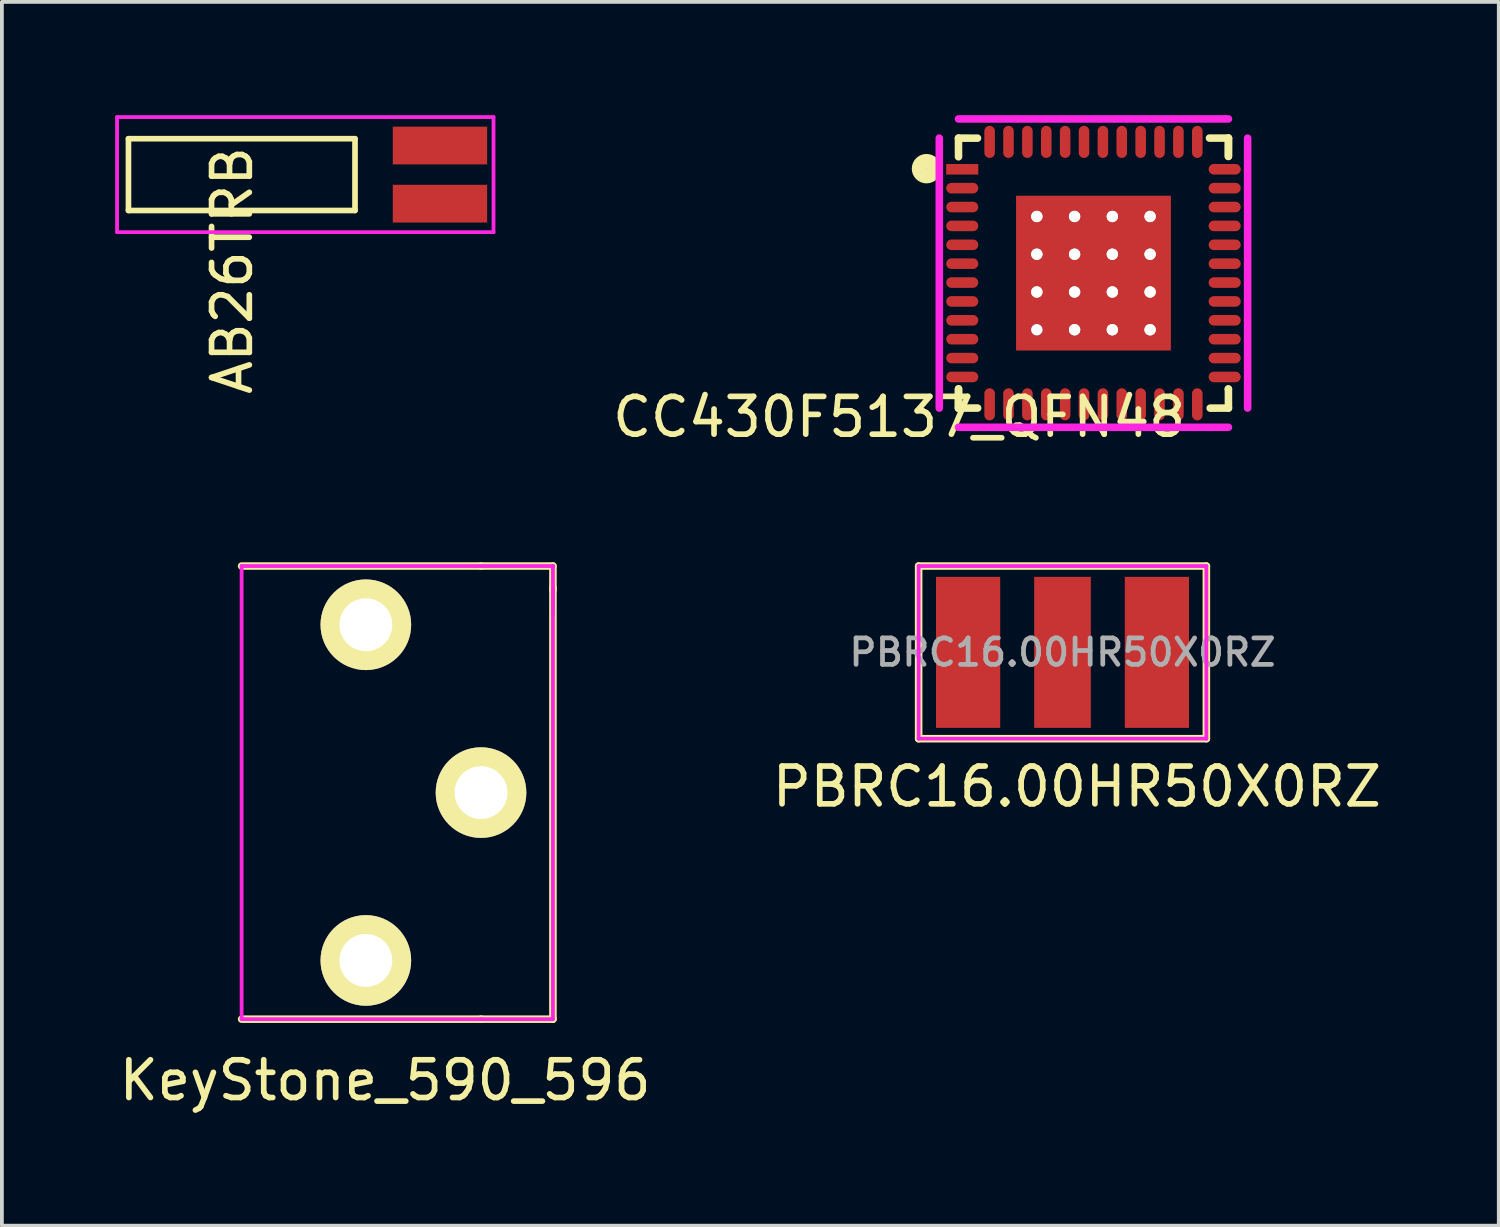
<source format=kicad_pcb>
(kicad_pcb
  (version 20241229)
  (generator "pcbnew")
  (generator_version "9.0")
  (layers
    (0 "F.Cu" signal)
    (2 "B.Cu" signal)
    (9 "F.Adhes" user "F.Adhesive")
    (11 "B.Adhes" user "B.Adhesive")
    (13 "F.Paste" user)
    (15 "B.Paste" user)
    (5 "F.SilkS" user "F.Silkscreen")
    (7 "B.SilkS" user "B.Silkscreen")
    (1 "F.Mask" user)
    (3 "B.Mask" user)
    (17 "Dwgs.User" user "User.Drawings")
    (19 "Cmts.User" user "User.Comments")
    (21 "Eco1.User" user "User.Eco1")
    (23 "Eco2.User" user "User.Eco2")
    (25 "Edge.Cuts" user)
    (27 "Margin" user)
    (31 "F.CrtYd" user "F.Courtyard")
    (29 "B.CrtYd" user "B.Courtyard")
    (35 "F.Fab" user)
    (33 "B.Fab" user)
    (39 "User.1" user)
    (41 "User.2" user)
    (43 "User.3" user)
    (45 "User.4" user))
  (footprint "KeyStone_590_596"
    (layer "F.Cu")
    (at 9.689 17.941)
    (property "Reference" "KeyStone_590_596" (at -2.54 7.62 0) (layer "F.SilkS") (effects (font (size 1 1) (thickness 0.15))))
    (attr through_hole)
    (fp_line (start -6.34 -6) (end 0 -6) (stroke (width 0.2) (type solid)) (layer "F.SilkS"))
    (fp_line (start -6.34 6) (end 0 6) (stroke (width 0.2) (type solid)) (layer "F.SilkS"))
    (fp_line (start 0 -6) (end 1.905 -6) (stroke (width 0.2) (type solid)) (layer "F.SilkS"))
    (fp_line (start 0 6) (end 1.905 6) (stroke (width 0.2) (type solid)) (layer "F.SilkS"))
    (fp_line (start 1.905 -6) (end 1.905 -5.365) (stroke (width 0.2) (type solid)) (layer "F.SilkS"))
    (fp_line (start 1.905 6) (end 1.905 -5.43) (stroke (width 0.2) (type solid)) (layer "F.SilkS"))
    (fp_line (start -6.34 -6) (end -6.34 6) (stroke (width 0.1) (type solid)) (layer "F.CrtYd"))
    (fp_line (start -6.34 -6) (end 1.915 -6) (stroke (width 0.1) (type solid)) (layer "F.CrtYd"))
    (fp_line (start -6.34 6) (end 0 6) (stroke (width 0.1) (type solid)) (layer "F.CrtYd"))
    (fp_line (start 0 6) (end 1.905 6) (stroke (width 0.1) (type solid)) (layer "F.CrtYd"))
    (fp_line (start 1.905 -6) (end 1.905 -4.73) (stroke (width 0.1) (type solid)) (layer "F.CrtYd"))
    (fp_line (start 1.905 6) (end 1.905 -5.43) (stroke (width 0.1) (type solid)) (layer "F.CrtYd"))
    (pad "1" thru_hole circle (at 0 0) (size 2.4 2.4) (drill 1.4) (layers "*.Cu" "*.Mask" "F.SilkS"))
    (pad "2" thru_hole circle (at -3.05 -4.445) (size 2.4 2.4) (drill 1.4) (layers "*.Cu" "*.Mask" "F.SilkS"))
    (pad "3" thru_hole circle (at -3.05 4.445) (size 2.4 2.4) (drill 1.4) (layers "*.Cu" "*.Mask" "F.SilkS")))
  (footprint "PBRC16.00HR50X0RZ"
    (layer "F.Cu")
    (at 25.089 14.227)
    (property "Reference" "PBRC16.00HR50X0RZ" (at 0.381 3.556 0) (layer "F.SilkS") (effects (font (size 1 1) (thickness 0.15))))
    (attr through_hole)
    (fp_line (start -3.81 -2.286) (end -3.429 -2.286) (stroke (width 0.1) (type solid)) (layer "F.SilkS"))
    (fp_line (start -3.81 -2.286) (end 3.81 -2.286) (stroke (width 0.2) (type solid)) (layer "F.SilkS"))
    (fp_line (start -3.81 2.286) (end -3.81 -2.286) (stroke (width 0.2) (type solid)) (layer "F.SilkS"))
    (fp_line (start 3.81 -2.286) (end 3.81 2.286) (stroke (width 0.2) (type solid)) (layer "F.SilkS"))
    (fp_line (start 3.81 2.286) (end -3.81 2.286) (stroke (width 0.2) (type solid)) (layer "F.SilkS"))
    (fp_line (start -3.81 -2.286) (end 3.81 -2.286) (stroke (width 0.1) (type solid)) (layer "F.CrtYd"))
    (fp_line (start -3.81 2.286) (end -3.81 -2.286) (stroke (width 0.1) (type solid)) (layer "F.CrtYd"))
    (fp_line (start 3.81 -2.286) (end 3.81 2.286) (stroke (width 0.1) (type solid)) (layer "F.CrtYd"))
    (fp_line (start 3.81 2.286) (end -3.81 2.286) (stroke (width 0.1) (type solid)) (layer "F.CrtYd"))
    (fp_text user "${REFERENCE}" (at 0 0 0) (layer "F.Fab") (effects (font (size 0.7 0.7) (thickness 0.125))))
    (pad "1" smd rect (at -2.5 0) (size 1.7 4) (layers "F.Cu" "F.Mask" "F.Paste"))
    (pad "2" smd rect (at 0 0) (size 1.5 4) (layers "F.Cu" "F.Mask" "F.Paste"))
    (pad "3" smd rect (at 2.5 0) (size 1.7 4) (layers "F.Cu" "F.Mask" "F.Paste")))
  (footprint "AB26TRB"
    (placed yes)
    (layer "F.Cu")
    (at 3.352 1.574)
    (property "Reference" "AB26TRB" (at -0.254 2.54 90) (layer "F.SilkS") (effects (font (size 1 1) (thickness 0.15))))
    (attr through_hole)
    (fp_line (start -3 -0.95) (end -3 0.95) (stroke (width 0.15) (type solid)) (layer "F.SilkS"))
    (fp_line (start -3 0.95) (end 3 0.95) (stroke (width 0.15) (type solid)) (layer "F.SilkS"))
    (fp_line (start 3 -0.95) (end -3 -0.95) (stroke (width 0.15) (type solid)) (layer "F.SilkS"))
    (fp_line (start 3 0.95) (end 3 -0.95) (stroke (width 0.15) (type solid)) (layer "F.SilkS"))
    (fp_line (start -3.302 -1.524) (end 6.668 -1.524) (stroke (width 0.1) (type solid)) (layer "F.CrtYd"))
    (fp_line (start -3.302 1.524) (end -3.302 -1.524) (stroke (width 0.1) (type solid)) (layer "F.CrtYd"))
    (fp_line (start 6.668 -1.524) (end 6.668 1.524) (stroke (width 0.1) (type solid)) (layer "F.CrtYd"))
    (fp_line (start 6.668 1.524) (end -3.302 1.524) (stroke (width 0.1) (type solid)) (layer "F.CrtYd"))
    (pad "1" smd rect (at 5.25 -0.77) (size 2.5 1) (layers "F.Cu" "F.Mask" "F.Paste"))
    (pad "2" smd rect (at 5.25 0.77) (size 2.5 1) (layers "F.Cu" "F.Mask" "F.Paste")))
  (footprint "CC430F5137_QFN48"
    (layer "F.Cu")
    (at 25.909 4.183)
    (property "Reference" "CC430F5137_QFN48" (at -5.144 3.81 0) (layer "F.SilkS") (effects (font (size 1 1) (thickness 0.15))))
    (attr through_hole)
    (fp_line (start -3.575 -3.575) (end -3.574 -3.081) (stroke (width 0.2) (type solid)) (layer "F.SilkS"))
    (fp_line (start -3.575 -3.575) (end -3.071 -3.574) (stroke (width 0.2) (type solid)) (layer "F.SilkS"))
    (fp_line (start -3.575 3.575) (end -3.574 3.066) (stroke (width 0.2) (type solid)) (layer "F.SilkS"))
    (fp_line (start -3.575 3.575) (end -3.068 3.574) (stroke (width 0.2) (type solid)) (layer "F.SilkS"))
    (fp_line (start -3.574 3.066) (end -3.575 3.575) (stroke (width 0.2) (type solid)) (layer "F.SilkS"))
    (fp_line (start 3.574 -3.091) (end 3.575 -3.575) (stroke (width 0.2) (type solid)) (layer "F.SilkS"))
    (fp_line (start 3.574 3.071) (end 3.571 3.068) (stroke (width 0.2) (type solid)) (layer "F.SilkS"))
    (fp_line (start 3.575 -3.575) (end 3.073 -3.576) (stroke (width 0.2) (type solid)) (layer "F.SilkS"))
    (fp_line (start 3.575 -3.575) (end 3.574 -3.091) (stroke (width 0.2) (type solid)) (layer "F.SilkS"))
    (fp_line (start 3.575 3.575) (end 3.091 3.576) (stroke (width 0.2) (type solid)) (layer "F.SilkS"))
    (fp_line (start 3.575 3.575) (end 3.574 3.071) (stroke (width 0.2) (type solid)) (layer "F.SilkS"))
    (fp_circle (center -4.422 -2.766) (end -4.148 -2.672) (stroke (width 0.2) (type solid)) (fill no) (layer "F.SilkS"))
    (fp_circle (center -4.422 -2.756) (end -4.305 -2.743) (stroke (width 0.2) (type solid)) (fill no) (layer "F.SilkS"))
    (fp_circle (center -4.42 -2.756) (end -4.415 -2.751) (stroke (width 0.2) (type solid)) (fill no) (layer "F.SilkS"))
    (fp_line (start -4.083 3.575) (end -4.083 -3.575) (stroke (width 0.2) (type solid)) (layer "F.CrtYd"))
    (fp_line (start -3.575 -4.083) (end 3.575 -4.083) (stroke (width 0.2) (type solid)) (layer "F.CrtYd"))
    (fp_line (start 3.575 4.083) (end -3.575 4.083) (stroke (width 0.2) (type solid)) (layer "F.CrtYd"))
    (fp_line (start 4.083 -3.575) (end 4.083 3.575) (stroke (width 0.2) (type solid)) (layer "F.CrtYd"))
    (pad "1" smd rect (at -3.475 -2.75) (size 0.85 0.28) (layers "F.Cu" "F.Mask" "F.Paste"))
    (pad "2" smd oval (at -3.475 -2.25) (size 0.85 0.28) (layers "F.Cu" "F.Mask" "F.Paste"))
    (pad "3" smd oval (at -3.475 -1.75) (size 0.85 0.28) (layers "F.Cu" "F.Mask" "F.Paste"))
    (pad "4" smd oval (at -3.475 -1.25) (size 0.85 0.28) (layers "F.Cu" "F.Mask" "F.Paste"))
    (pad "5" smd oval (at -3.475 -0.75) (size 0.85 0.28) (layers "F.Cu" "F.Mask" "F.Paste"))
    (pad "6" smd oval (at -3.475 -0.25) (size 0.85 0.28) (layers "F.Cu" "F.Mask" "F.Paste"))
    (pad "7" smd oval (at -3.475 0.25) (size 0.85 0.28) (layers "F.Cu" "F.Mask" "F.Paste"))
    (pad "8" smd oval (at -3.475 0.75) (size 0.85 0.28) (layers "F.Cu" "F.Mask" "F.Paste"))
    (pad "9" smd oval (at -3.475 1.25) (size 0.85 0.28) (layers "F.Cu" "F.Mask" "F.Paste"))
    (pad "10" smd oval (at -3.475 1.75) (size 0.85 0.28) (layers "F.Cu" "F.Mask" "F.Paste"))
    (pad "11" smd oval (at -3.475 2.25) (size 0.85 0.28) (layers "F.Cu" "F.Mask" "F.Paste"))
    (pad "12" smd oval (at -3.475 2.75) (size 0.85 0.28) (layers "F.Cu" "F.Mask" "F.Paste"))
    (pad "13" smd oval (at -2.75 3.475) (size 0.28 0.85) (layers "F.Cu" "F.Mask" "F.Paste"))
    (pad "14" smd oval (at -2.25 3.475) (size 0.28 0.85) (layers "F.Cu" "F.Mask" "F.Paste"))
    (pad "15" smd oval (at -1.75 3.475) (size 0.28 0.85) (layers "F.Cu" "F.Mask" "F.Paste"))
    (pad "16" smd oval (at -1.25 3.475) (size 0.28 0.85) (layers "F.Cu" "F.Mask" "F.Paste"))
    (pad "17" smd oval (at -0.75 3.475) (size 0.28 0.85) (layers "F.Cu" "F.Mask" "F.Paste"))
    (pad "18" smd oval (at -0.25 3.475) (size 0.28 0.85) (layers "F.Cu" "F.Mask" "F.Paste"))
    (pad "19" smd oval (at 0.25 3.475) (size 0.28 0.85) (layers "F.Cu" "F.Mask" "F.Paste"))
    (pad "20" smd oval (at 0.75 3.475) (size 0.28 0.85) (layers "F.Cu" "F.Mask" "F.Paste"))
    (pad "21" smd oval (at 1.25 3.475) (size 0.28 0.85) (layers "F.Cu" "F.Mask" "F.Paste"))
    (pad "22" smd oval (at 1.75 3.475) (size 0.28 0.85) (layers "F.Cu" "F.Mask" "F.Paste"))
    (pad "23" smd oval (at 2.25 3.475) (size 0.28 0.85) (layers "F.Cu" "F.Mask" "F.Paste"))
    (pad "24" smd oval (at 2.75 3.475) (size 0.28 0.85) (layers "F.Cu" "F.Mask" "F.Paste"))
    (pad "25" smd oval (at 3.475 2.75) (size 0.85 0.28) (layers "F.Cu" "F.Mask" "F.Paste"))
    (pad "26" smd oval (at 3.475 2.25) (size 0.85 0.28) (layers "F.Cu" "F.Mask" "F.Paste"))
    (pad "27" smd oval (at 3.475 1.75) (size 0.85 0.28) (layers "F.Cu" "F.Mask" "F.Paste"))
    (pad "28" smd oval (at 3.475 1.25) (size 0.85 0.28) (layers "F.Cu" "F.Mask" "F.Paste"))
    (pad "29" smd oval (at 3.475 0.75) (size 0.85 0.28) (layers "F.Cu" "F.Mask" "F.Paste"))
    (pad "30" smd oval (at 3.475 0.25) (size 0.85 0.28) (layers "F.Cu" "F.Mask" "F.Paste"))
    (pad "31" smd oval (at 3.475 -0.25) (size 0.85 0.28) (layers "F.Cu" "F.Mask" "F.Paste"))
    (pad "32" smd oval (at 3.475 -0.75) (size 0.85 0.28) (layers "F.Cu" "F.Mask" "F.Paste"))
    (pad "33" smd oval (at 3.475 -1.25) (size 0.85 0.28) (layers "F.Cu" "F.Mask" "F.Paste"))
    (pad "34" smd oval (at 3.475 -1.75) (size 0.85 0.28) (layers "F.Cu" "F.Mask" "F.Paste"))
    (pad "35" smd oval (at 3.475 -2.25) (size 0.85 0.28) (layers "F.Cu" "F.Mask" "F.Paste"))
    (pad "36" smd oval (at 3.475 -2.75) (size 0.85 0.28) (layers "F.Cu" "F.Mask" "F.Paste"))
    (pad "37" smd oval (at 2.75 -3.475) (size 0.28 0.85) (layers "F.Cu" "F.Mask" "F.Paste"))
    (pad "38" smd oval (at 2.25 -3.475) (size 0.28 0.85) (layers "F.Cu" "F.Mask" "F.Paste"))
    (pad "39" smd oval (at 1.75 -3.475) (size 0.28 0.85) (layers "F.Cu" "F.Mask" "F.Paste"))
    (pad "40" smd oval (at 1.25 -3.475) (size 0.28 0.85) (layers "F.Cu" "F.Mask" "F.Paste"))
    (pad "41" smd oval (at 0.75 -3.475) (size 0.28 0.85) (layers "F.Cu" "F.Mask" "F.Paste"))
    (pad "42" smd oval (at 0.25 -3.475) (size 0.28 0.85) (layers "F.Cu" "F.Mask" "F.Paste"))
    (pad "43" smd oval (at -0.25 -3.475) (size 0.28 0.85) (layers "F.Cu" "F.Mask" "F.Paste"))
    (pad "44" smd oval (at -0.75 -3.475) (size 0.28 0.85) (layers "F.Cu" "F.Mask" "F.Paste"))
    (pad "45" smd oval (at -1.25 -3.475) (size 0.28 0.85) (layers "F.Cu" "F.Mask" "F.Paste"))
    (pad "46" smd oval (at -1.75 -3.475) (size 0.28 0.85) (layers "F.Cu" "F.Mask" "F.Paste"))
    (pad "47" smd oval (at -2.25 -3.475) (size 0.28 0.85) (layers "F.Cu" "F.Mask" "F.Paste"))
    (pad "48" smd oval (at -2.75 -3.475) (size 0.28 0.85) (layers "F.Cu" "F.Mask" "F.Paste"))
    (pad "EPAD" thru_hole circle (at -1.5 -1.5) (size 0.3 0.3) (drill 0.3) (layers "*.Cu" "*.Mask" "F.SilkS"))
    (pad "EPAD" thru_hole circle (at -1.5 -0.5) (size 0.3 0.3) (drill 0.3) (layers "*.Cu" "*.Mask" "F.SilkS"))
    (pad "EPAD" thru_hole circle (at -1.5 0.5) (size 0.3 0.3) (drill 0.3) (layers "*.Cu" "*.Mask" "F.SilkS"))
    (pad "EPAD" thru_hole circle (at -1.5 1.5) (size 0.3 0.3) (drill 0.3) (layers "*.Cu"))
    (pad "EPAD" thru_hole circle (at -0.5 -1.5) (size 0.3 0.3) (drill 0.3) (layers "*.Cu" "*.Mask" "F.SilkS"))
    (pad "EPAD" thru_hole circle (at -0.5 -0.5) (size 0.3 0.3) (drill 0.3) (layers "*.Cu" "*.Mask" "F.SilkS"))
    (pad "EPAD" thru_hole circle (at -0.5 0.5) (size 0.3 0.3) (drill 0.3) (layers "*.Cu" "*.Mask" "F.SilkS"))
    (pad "EPAD" thru_hole circle (at -0.5 1.5) (size 0.3 0.3) (drill 0.3) (layers "*.Cu" "*.Mask" "F.SilkS"))
    (pad "EPAD" smd rect (at 0 0) (size 4.1 4.1) (layers "F.Cu" "F.Mask" "F.Paste"))
    (pad "EPAD" thru_hole circle (at 0.5 -1.5) (size 0.3 0.3) (drill 0.3) (layers "*.Cu" "*.Mask" "F.SilkS"))
    (pad "EPAD" thru_hole circle (at 0.5 -0.5) (size 0.3 0.3) (drill 0.3) (layers "*.Cu" "*.Mask" "F.SilkS"))
    (pad "EPAD" thru_hole circle (at 0.5 0.5) (size 0.3 0.3) (drill 0.3) (layers "*.Cu" "*.Mask" "F.SilkS"))
    (pad "EPAD" thru_hole circle (at 0.5 1.5) (size 0.3 0.3) (drill 0.3) (layers "*.Cu" "*.Mask" "F.SilkS"))
    (pad "EPAD" thru_hole circle (at 1.5 -1.5) (size 0.3 0.3) (drill 0.3) (layers "*.Cu" "*.Mask" "F.SilkS"))
    (pad "EPAD" thru_hole circle (at 1.5 -0.5) (size 0.3 0.3) (drill 0.3) (layers "*.Cu" "*.Mask" "F.SilkS"))
    (pad "EPAD" thru_hole circle (at 1.5 0.5) (size 0.3 0.3) (drill 0.3) (layers "*.Cu" "*.Mask" "F.SilkS"))
    (pad "EPAD" thru_hole circle (at 1.5 1.5) (size 0.3 0.3) (drill 0.3) (layers "*.Cu" "*.Mask" "F.SilkS")))
  (gr_rect
    (start -3 -3)
    (end 36.643 29.41)
    (stroke (width 0.1) (type default))
    (fill no)
    (layer "Edge.Cuts")))
</source>
